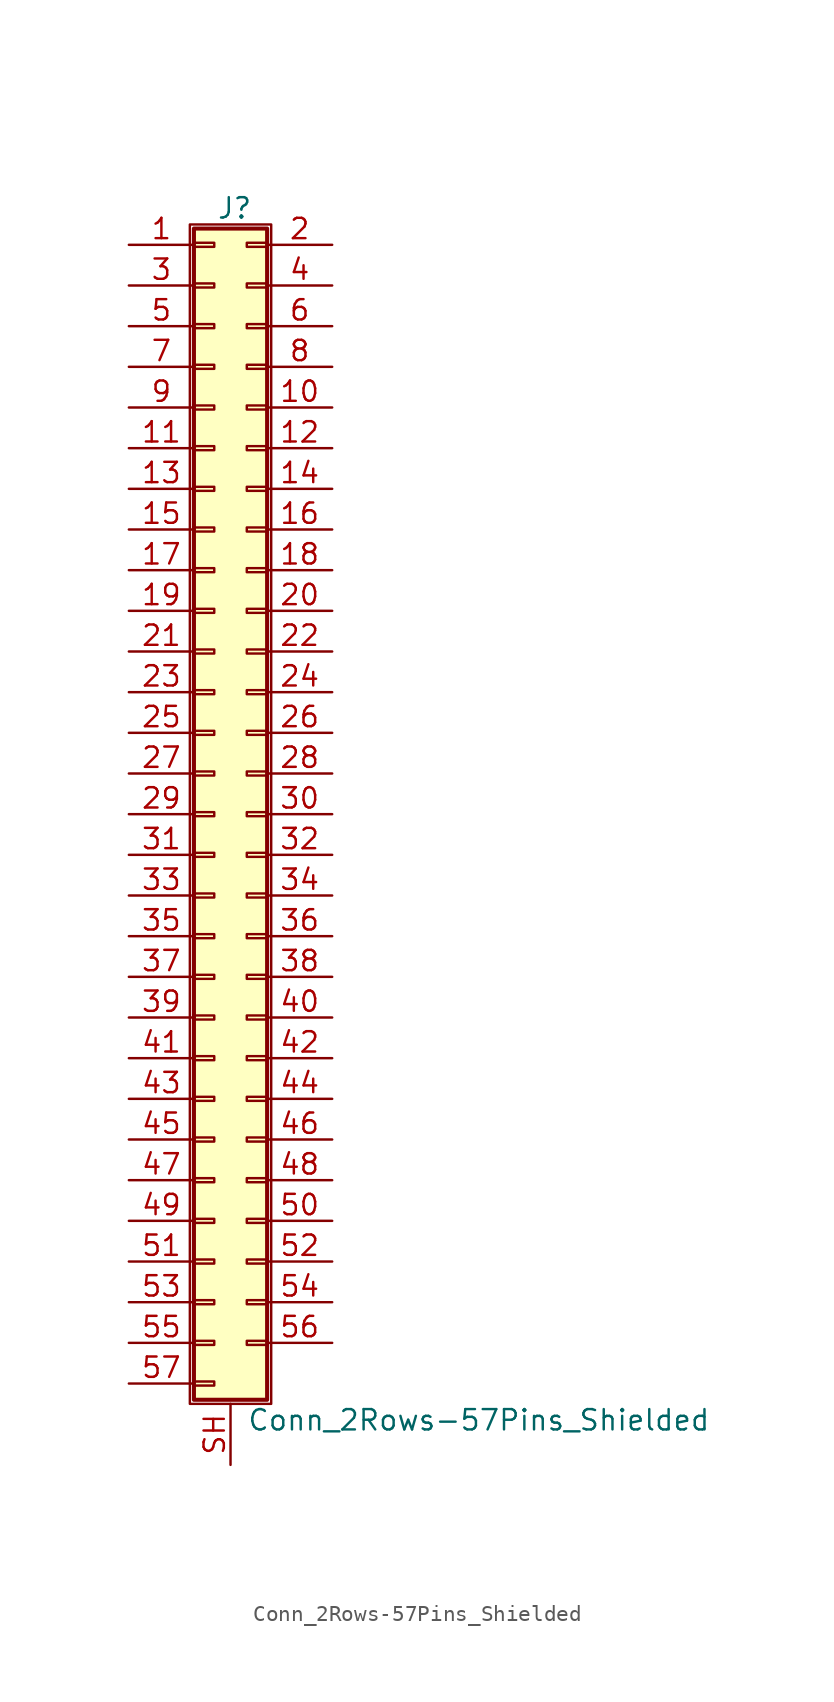
<source format=kicad_sym>
(kicad_symbol_lib
  (version 20201005)
  (generator kicad_symbol_editor)
  (symbol "Conn_2Rows-57Pins_Shielded"
    (pin_names
      (offset 1.016) hide)
    (property "Reference" "J"
      (at 1.524 37.846 0)
      (effects (font (size 1.27 1.27))))
    (property "Value" "Conn_2Rows-57Pins_Shielded"
      (at 2.286 -37.846 0)
      (effects (font (size 1.27 1.27)) (justify left)))
    (symbol "Conn_2Rows-57Pins_Shielded_1_1"
      (rectangle (start -1.27 36.83) (end 3.81 -36.83) (stroke (width 0.152)) (fill (type none)))
      (rectangle (start -1.016 -35.433) (end 0.254 -35.687) (stroke (width 0.152)) (fill (type none)))
      (rectangle (start -1.016 -32.893) (end 0.254 -33.147) (stroke (width 0.152)) (fill (type none)))
      (rectangle (start -1.016 -30.353) (end 0.254 -30.607) (stroke (width 0.152)) (fill (type none)))
      (rectangle (start -1.016 -27.813) (end 0.254 -28.067) (stroke (width 0.152)) (fill (type none)))
      (rectangle (start -1.016 -25.273) (end 0.254 -25.527) (stroke (width 0.152)) (fill (type none)))
      (rectangle (start -1.016 -22.733) (end 0.254 -22.987) (stroke (width 0.152)) (fill (type none)))
      (rectangle (start -1.016 -20.193) (end 0.254 -20.447) (stroke (width 0.152)) (fill (type none)))
      (rectangle (start -1.016 -17.653) (end 0.254 -17.907) (stroke (width 0.152)) (fill (type none)))
      (rectangle (start -1.016 -15.113) (end 0.254 -15.367) (stroke (width 0.152)) (fill (type none)))
      (rectangle (start -1.016 -12.573) (end 0.254 -12.827) (stroke (width 0.152)) (fill (type none)))
      (rectangle (start -1.016 -10.033) (end 0.254 -10.287) (stroke (width 0.152)) (fill (type none)))
      (rectangle (start -1.016 -7.493) (end 0.254 -7.747) (stroke (width 0.152)) (fill (type none)))
      (rectangle (start -1.016 -4.953) (end 0.254 -5.207) (stroke (width 0.152)) (fill (type none)))
      (rectangle (start -1.016 -2.413) (end 0.254 -2.667) (stroke (width 0.152)) (fill (type none)))
      (rectangle (start -1.016 0.127) (end 0.254 -0.127) (stroke (width 0.152)) (fill (type none)))
      (rectangle (start -1.016 2.667) (end 0.254 2.413) (stroke (width 0.152)) (fill (type none)))
      (rectangle (start -1.016 5.207) (end 0.254 4.953) (stroke (width 0.152)) (fill (type none)))
      (rectangle (start -1.016 7.747) (end 0.254 7.493) (stroke (width 0.152)) (fill (type none)))
      (rectangle (start -1.016 10.287) (end 0.254 10.033) (stroke (width 0.152)) (fill (type none)))
      (rectangle (start -1.016 12.827) (end 0.254 12.573) (stroke (width 0.152)) (fill (type none)))
      (rectangle (start -1.016 15.367) (end 0.254 15.113) (stroke (width 0.152)) (fill (type none)))
      (rectangle (start -1.016 17.907) (end 0.254 17.653) (stroke (width 0.152)) (fill (type none)))
      (rectangle (start -1.016 20.447) (end 0.254 20.193) (stroke (width 0.152)) (fill (type none)))
      (rectangle (start -1.016 22.987) (end 0.254 22.733) (stroke (width 0.152)) (fill (type none)))
      (rectangle (start -1.016 25.527) (end 0.254 25.273) (stroke (width 0.152)) (fill (type none)))
      (rectangle (start -1.016 28.067) (end 0.254 27.813) (stroke (width 0.152)) (fill (type none)))
      (rectangle (start -1.016 30.607) (end 0.254 30.353) (stroke (width 0.152)) (fill (type none)))
      (rectangle (start -1.016 33.147) (end 0.254 32.893) (stroke (width 0.152)) (fill (type none)))
      (rectangle (start -1.016 35.687) (end 0.254 35.433) (stroke (width 0.152)) (fill (type none)))
      (rectangle (start -1.016 36.576) (end 3.556 -36.576) (stroke (width 0.254)) (fill (type background)))
      (rectangle (start 3.556 -32.893) (end 2.286 -33.147) (stroke (width 0.152)) (fill (type none)))
      (rectangle (start 3.556 -30.353) (end 2.286 -30.607) (stroke (width 0.152)) (fill (type none)))
      (rectangle (start 3.556 -27.813) (end 2.286 -28.067) (stroke (width 0.152)) (fill (type none)))
      (rectangle (start 3.556 -25.273) (end 2.286 -25.527) (stroke (width 0.152)) (fill (type none)))
      (rectangle (start 3.556 -22.733) (end 2.286 -22.987) (stroke (width 0.152)) (fill (type none)))
      (rectangle (start 3.556 -20.193) (end 2.286 -20.447) (stroke (width 0.152)) (fill (type none)))
      (rectangle (start 3.556 -17.653) (end 2.286 -17.907) (stroke (width 0.152)) (fill (type none)))
      (rectangle (start 3.556 -15.113) (end 2.286 -15.367) (stroke (width 0.152)) (fill (type none)))
      (rectangle (start 3.556 -12.573) (end 2.286 -12.827) (stroke (width 0.152)) (fill (type none)))
      (rectangle (start 3.556 -10.033) (end 2.286 -10.287) (stroke (width 0.152)) (fill (type none)))
      (rectangle (start 3.556 -7.493) (end 2.286 -7.747) (stroke (width 0.152)) (fill (type none)))
      (rectangle (start 3.556 -4.953) (end 2.286 -5.207) (stroke (width 0.152)) (fill (type none)))
      (rectangle (start 3.556 -2.413) (end 2.286 -2.667) (stroke (width 0.152)) (fill (type none)))
      (rectangle (start 3.556 0.127) (end 2.286 -0.127) (stroke (width 0.152)) (fill (type none)))
      (rectangle (start 3.556 2.667) (end 2.286 2.413) (stroke (width 0.152)) (fill (type none)))
      (rectangle (start 3.556 5.207) (end 2.286 4.953) (stroke (width 0.152)) (fill (type none)))
      (rectangle (start 3.556 7.747) (end 2.286 7.493) (stroke (width 0.152)) (fill (type none)))
      (rectangle (start 3.556 10.287) (end 2.286 10.033) (stroke (width 0.152)) (fill (type none)))
      (rectangle (start 3.556 12.827) (end 2.286 12.573) (stroke (width 0.152)) (fill (type none)))
      (rectangle (start 3.556 15.367) (end 2.286 15.113) (stroke (width 0.152)) (fill (type none)))
      (rectangle (start 3.556 17.907) (end 2.286 17.653) (stroke (width 0.152)) (fill (type none)))
      (rectangle (start 3.556 20.447) (end 2.286 20.193) (stroke (width 0.152)) (fill (type none)))
      (rectangle (start 3.556 22.987) (end 2.286 22.733) (stroke (width 0.152)) (fill (type none)))
      (rectangle (start 3.556 25.527) (end 2.286 25.273) (stroke (width 0.152)) (fill (type none)))
      (rectangle (start 3.556 28.067) (end 2.286 27.813) (stroke (width 0.152)) (fill (type none)))
      (rectangle (start 3.556 30.607) (end 2.286 30.353) (stroke (width 0.152)) (fill (type none)))
      (rectangle (start 3.556 33.147) (end 2.286 32.893) (stroke (width 0.152)) (fill (type none)))
      (rectangle (start 3.556 35.687) (end 2.286 35.433) (stroke (width 0.152)) (fill (type none)))
      (pin passive line (at -5.08 35.56 0) (length 4.064) (name "Pin_1" (effects (font (size 1.27 1.27)))) (number "1" (effects (font (size 1.27 1.27)))))
      (pin passive line (at 7.62 25.4 180) (length 4.064) (name "Pin_10" (effects (font (size 1.27 1.27)))) (number "10" (effects (font (size 1.27 1.27)))))
      (pin passive line (at -5.08 22.86 0) (length 4.064) (name "Pin_11" (effects (font (size 1.27 1.27)))) (number "11" (effects (font (size 1.27 1.27)))))
      (pin passive line (at 7.62 22.86 180) (length 4.064) (name "Pin_12" (effects (font (size 1.27 1.27)))) (number "12" (effects (font (size 1.27 1.27)))))
      (pin passive line (at -5.08 20.32 0) (length 4.064) (name "Pin_13" (effects (font (size 1.27 1.27)))) (number "13" (effects (font (size 1.27 1.27)))))
      (pin passive line (at 7.62 20.32 180) (length 4.064) (name "Pin_14" (effects (font (size 1.27 1.27)))) (number "14" (effects (font (size 1.27 1.27)))))
      (pin passive line (at -5.08 17.78 0) (length 4.064) (name "Pin_15" (effects (font (size 1.27 1.27)))) (number "15" (effects (font (size 1.27 1.27)))))
      (pin passive line (at 7.62 17.78 180) (length 4.064) (name "Pin_16" (effects (font (size 1.27 1.27)))) (number "16" (effects (font (size 1.27 1.27)))))
      (pin passive line (at -5.08 15.24 0) (length 4.064) (name "Pin_17" (effects (font (size 1.27 1.27)))) (number "17" (effects (font (size 1.27 1.27)))))
      (pin passive line (at 7.62 15.24 180) (length 4.064) (name "Pin_18" (effects (font (size 1.27 1.27)))) (number "18" (effects (font (size 1.27 1.27)))))
      (pin passive line (at -5.08 12.7 0) (length 4.064) (name "Pin_19" (effects (font (size 1.27 1.27)))) (number "19" (effects (font (size 1.27 1.27)))))
      (pin passive line (at 7.62 35.56 180) (length 4.064) (name "Pin_2" (effects (font (size 1.27 1.27)))) (number "2" (effects (font (size 1.27 1.27)))))
      (pin passive line (at 7.62 12.7 180) (length 4.064) (name "Pin_20" (effects (font (size 1.27 1.27)))) (number "20" (effects (font (size 1.27 1.27)))))
      (pin passive line (at -5.08 10.16 0) (length 4.064) (name "Pin_21" (effects (font (size 1.27 1.27)))) (number "21" (effects (font (size 1.27 1.27)))))
      (pin passive line (at 7.62 10.16 180) (length 4.064) (name "Pin_22" (effects (font (size 1.27 1.27)))) (number "22" (effects (font (size 1.27 1.27)))))
      (pin passive line (at -5.08 7.62 0) (length 4.064) (name "Pin_23" (effects (font (size 1.27 1.27)))) (number "23" (effects (font (size 1.27 1.27)))))
      (pin passive line (at 7.62 7.62 180) (length 4.064) (name "Pin_24" (effects (font (size 1.27 1.27)))) (number "24" (effects (font (size 1.27 1.27)))))
      (pin passive line (at -5.08 5.08 0) (length 4.064) (name "Pin_25" (effects (font (size 1.27 1.27)))) (number "25" (effects (font (size 1.27 1.27)))))
      (pin passive line (at 7.62 5.08 180) (length 4.064) (name "Pin_26" (effects (font (size 1.27 1.27)))) (number "26" (effects (font (size 1.27 1.27)))))
      (pin passive line (at -5.08 2.54 0) (length 4.064) (name "Pin_27" (effects (font (size 1.27 1.27)))) (number "27" (effects (font (size 1.27 1.27)))))
      (pin passive line (at 7.62 2.54 180) (length 4.064) (name "Pin_28" (effects (font (size 1.27 1.27)))) (number "28" (effects (font (size 1.27 1.27)))))
      (pin passive line (at -5.08 0 0) (length 4.064) (name "Pin_29" (effects (font (size 1.27 1.27)))) (number "29" (effects (font (size 1.27 1.27)))))
      (pin passive line (at -5.08 33.02 0) (length 4.064) (name "Pin_3" (effects (font (size 1.27 1.27)))) (number "3" (effects (font (size 1.27 1.27)))))
      (pin passive line (at 7.62 0 180) (length 4.064) (name "Pin_30" (effects (font (size 1.27 1.27)))) (number "30" (effects (font (size 1.27 1.27)))))
      (pin passive line (at -5.08 -2.54 0) (length 4.064) (name "Pin_31" (effects (font (size 1.27 1.27)))) (number "31" (effects (font (size 1.27 1.27)))))
      (pin passive line (at 7.62 -2.54 180) (length 4.064) (name "Pin_32" (effects (font (size 1.27 1.27)))) (number "32" (effects (font (size 1.27 1.27)))))
      (pin passive line (at -5.08 -5.08 0) (length 4.064) (name "Pin_33" (effects (font (size 1.27 1.27)))) (number "33" (effects (font (size 1.27 1.27)))))
      (pin passive line (at 7.62 -5.08 180) (length 4.064) (name "Pin_34" (effects (font (size 1.27 1.27)))) (number "34" (effects (font (size 1.27 1.27)))))
      (pin passive line (at -5.08 -7.62 0) (length 4.064) (name "Pin_35" (effects (font (size 1.27 1.27)))) (number "35" (effects (font (size 1.27 1.27)))))
      (pin passive line (at 7.62 -7.62 180) (length 4.064) (name "Pin_36" (effects (font (size 1.27 1.27)))) (number "36" (effects (font (size 1.27 1.27)))))
      (pin passive line (at -5.08 -10.16 0) (length 4.064) (name "Pin_37" (effects (font (size 1.27 1.27)))) (number "37" (effects (font (size 1.27 1.27)))))
      (pin passive line (at 7.62 -10.16 180) (length 4.064) (name "Pin_38" (effects (font (size 1.27 1.27)))) (number "38" (effects (font (size 1.27 1.27)))))
      (pin passive line (at -5.08 -12.7 0) (length 4.064) (name "Pin_39" (effects (font (size 1.27 1.27)))) (number "39" (effects (font (size 1.27 1.27)))))
      (pin passive line (at 7.62 33.02 180) (length 4.064) (name "Pin_4" (effects (font (size 1.27 1.27)))) (number "4" (effects (font (size 1.27 1.27)))))
      (pin passive line (at 7.62 -12.7 180) (length 4.064) (name "Pin_40" (effects (font (size 1.27 1.27)))) (number "40" (effects (font (size 1.27 1.27)))))
      (pin passive line (at -5.08 -15.24 0) (length 4.064) (name "Pin_41" (effects (font (size 1.27 1.27)))) (number "41" (effects (font (size 1.27 1.27)))))
      (pin passive line (at 7.62 -15.24 180) (length 4.064) (name "Pin_42" (effects (font (size 1.27 1.27)))) (number "42" (effects (font (size 1.27 1.27)))))
      (pin passive line (at -5.08 -17.78 0) (length 4.064) (name "Pin_43" (effects (font (size 1.27 1.27)))) (number "43" (effects (font (size 1.27 1.27)))))
      (pin passive line (at 7.62 -17.78 180) (length 4.064) (name "Pin_44" (effects (font (size 1.27 1.27)))) (number "44" (effects (font (size 1.27 1.27)))))
      (pin passive line (at -5.08 -20.32 0) (length 4.064) (name "Pin_45" (effects (font (size 1.27 1.27)))) (number "45" (effects (font (size 1.27 1.27)))))
      (pin passive line (at 7.62 -20.32 180) (length 4.064) (name "Pin_46" (effects (font (size 1.27 1.27)))) (number "46" (effects (font (size 1.27 1.27)))))
      (pin passive line (at -5.08 -22.86 0) (length 4.064) (name "Pin_47" (effects (font (size 1.27 1.27)))) (number "47" (effects (font (size 1.27 1.27)))))
      (pin passive line (at 7.62 -22.86 180) (length 4.064) (name "Pin_48" (effects (font (size 1.27 1.27)))) (number "48" (effects (font (size 1.27 1.27)))))
      (pin passive line (at -5.08 -25.4 0) (length 4.064) (name "Pin_49" (effects (font (size 1.27 1.27)))) (number "49" (effects (font (size 1.27 1.27)))))
      (pin passive line (at -5.08 30.48 0) (length 4.064) (name "Pin_5" (effects (font (size 1.27 1.27)))) (number "5" (effects (font (size 1.27 1.27)))))
      (pin passive line (at 7.62 -25.4 180) (length 4.064) (name "Pin_50" (effects (font (size 1.27 1.27)))) (number "50" (effects (font (size 1.27 1.27)))))
      (pin passive line (at -5.08 -27.94 0) (length 4.064) (name "Pin_51" (effects (font (size 1.27 1.27)))) (number "51" (effects (font (size 1.27 1.27)))))
      (pin passive line (at 7.62 -27.94 180) (length 4.064) (name "Pin_52" (effects (font (size 1.27 1.27)))) (number "52" (effects (font (size 1.27 1.27)))))
      (pin passive line (at -5.08 -30.48 0) (length 4.064) (name "Pin_53" (effects (font (size 1.27 1.27)))) (number "53" (effects (font (size 1.27 1.27)))))
      (pin passive line (at 7.62 -30.48 180) (length 4.064) (name "Pin_54" (effects (font (size 1.27 1.27)))) (number "54" (effects (font (size 1.27 1.27)))))
      (pin passive line (at -5.08 -33.02 0) (length 4.064) (name "Pin_55" (effects (font (size 1.27 1.27)))) (number "55" (effects (font (size 1.27 1.27)))))
      (pin passive line (at 7.62 -33.02 180) (length 4.064) (name "Pin_56" (effects (font (size 1.27 1.27)))) (number "56" (effects (font (size 1.27 1.27)))))
      (pin passive line (at -5.08 -35.56 0) (length 4.064) (name "Pin_57" (effects (font (size 1.27 1.27)))) (number "57" (effects (font (size 1.27 1.27)))))
      (pin passive line (at 7.62 30.48 180) (length 4.064) (name "Pin_6" (effects (font (size 1.27 1.27)))) (number "6" (effects (font (size 1.27 1.27)))))
      (pin passive line (at -5.08 27.94 0) (length 4.064) (name "Pin_7" (effects (font (size 1.27 1.27)))) (number "7" (effects (font (size 1.27 1.27)))))
      (pin passive line (at 7.62 27.94 180) (length 4.064) (name "Pin_8" (effects (font (size 1.27 1.27)))) (number "8" (effects (font (size 1.27 1.27)))))
      (pin passive line (at -5.08 25.4 0) (length 4.064) (name "Pin_9" (effects (font (size 1.27 1.27)))) (number "9" (effects (font (size 1.27 1.27)))))
      (pin passive line (at 1.27 -40.64 90) (length 3.81) (name "Shield" (effects (font (size 1.27 1.27)))) (number "SH" (effects (font (size 1.27 1.27))))))))
</source>
